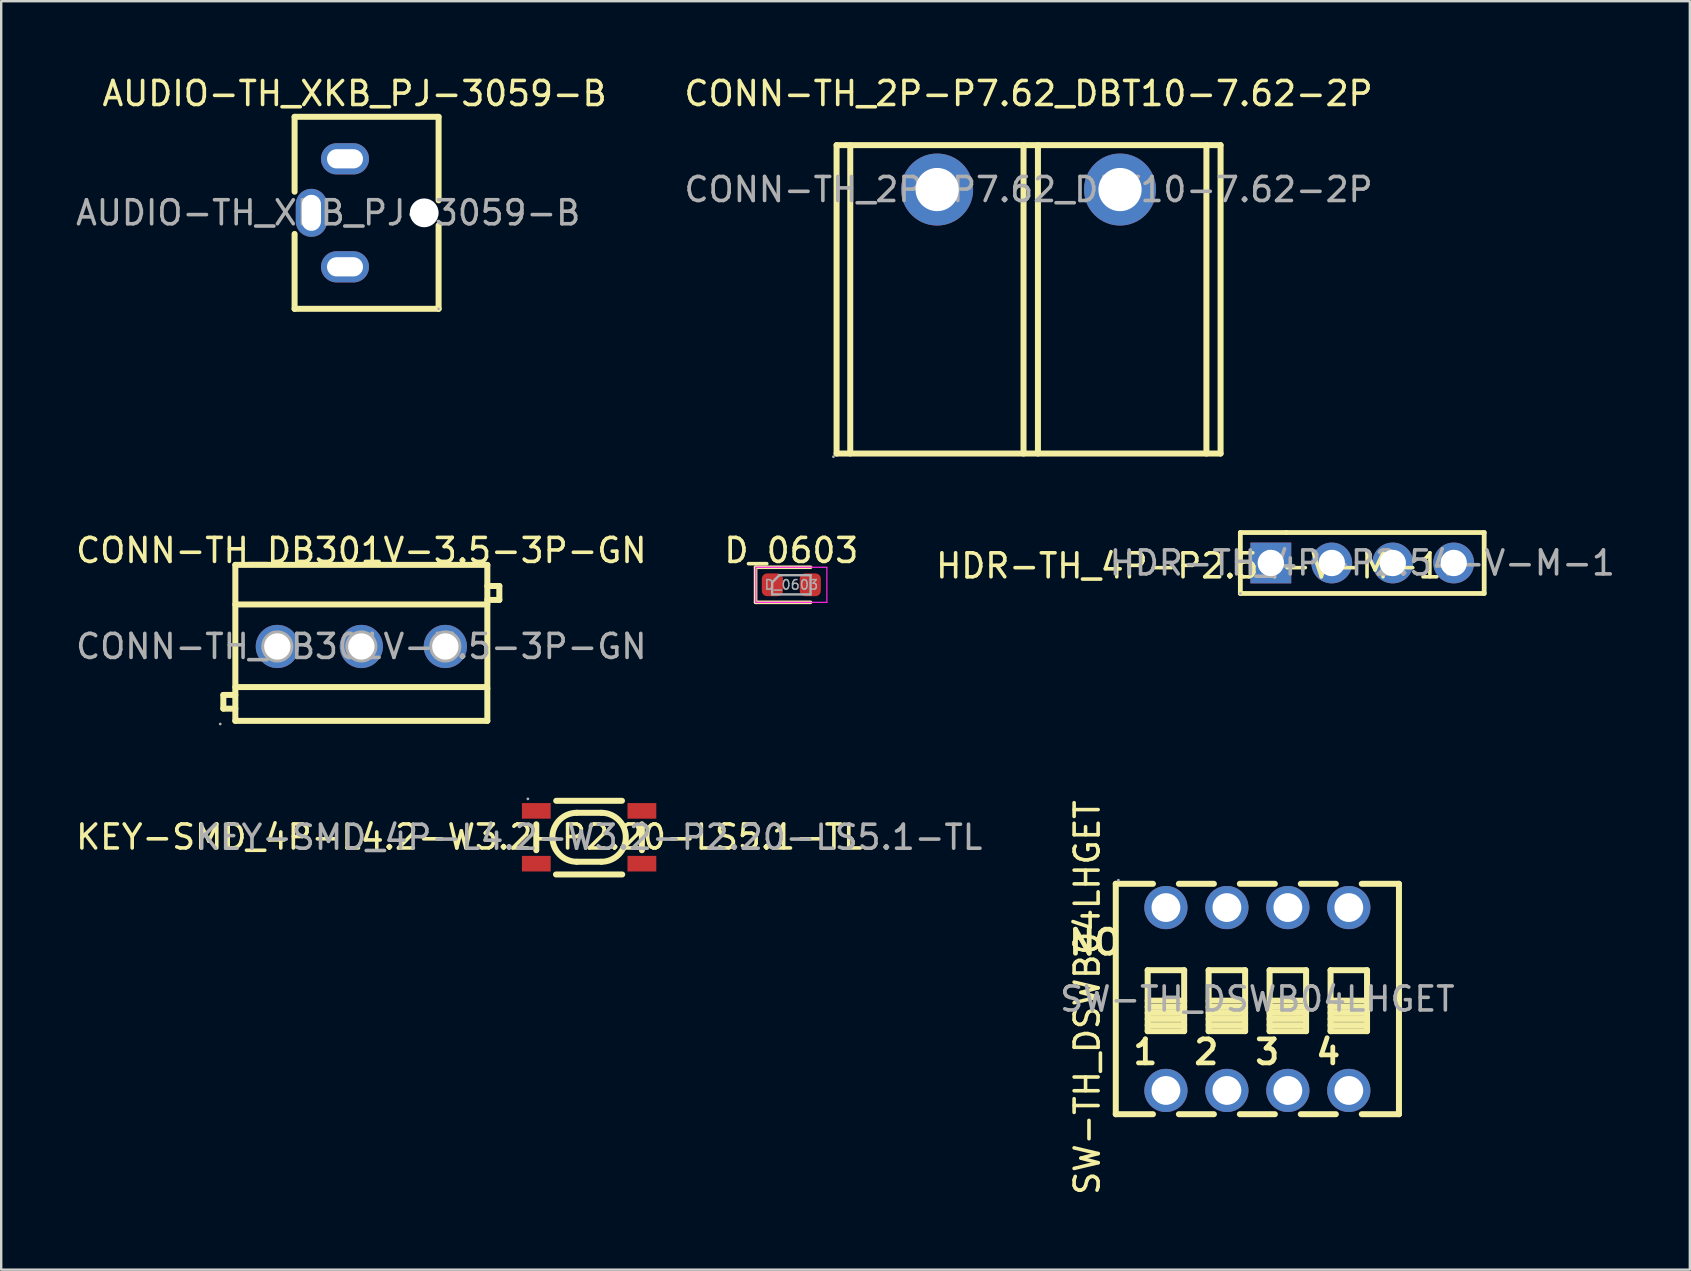
<source format=kicad_pcb>
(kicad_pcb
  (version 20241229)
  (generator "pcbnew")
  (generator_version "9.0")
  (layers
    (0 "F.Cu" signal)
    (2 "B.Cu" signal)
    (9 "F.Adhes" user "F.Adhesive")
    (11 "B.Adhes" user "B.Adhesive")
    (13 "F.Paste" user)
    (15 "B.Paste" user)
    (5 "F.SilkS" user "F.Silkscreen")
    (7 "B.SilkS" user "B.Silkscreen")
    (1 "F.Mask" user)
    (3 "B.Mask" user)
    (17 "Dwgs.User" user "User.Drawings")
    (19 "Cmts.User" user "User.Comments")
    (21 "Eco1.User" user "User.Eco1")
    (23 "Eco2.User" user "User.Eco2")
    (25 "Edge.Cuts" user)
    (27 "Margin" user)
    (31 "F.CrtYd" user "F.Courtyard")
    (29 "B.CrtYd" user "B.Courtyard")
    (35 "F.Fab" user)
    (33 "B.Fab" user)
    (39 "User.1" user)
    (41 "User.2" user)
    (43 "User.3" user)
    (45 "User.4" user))
  (footprint "HDR-TH_4P-P2.54-V-M-1"
    (layer "F.Cu")
    (at 53.712 20.408)
    (property "Reference" "HDR-TH_4P-P2.54-V-M-1" (at -7.23 0.12 0) (layer "F.SilkS") (effects (font (size 1 1) (thickness 0.15))))
    (attr through_hole)
    (fp_line (start -5.08 -1.27) (end -3.17 -1.27) (stroke (width 0.2) (type solid)) (layer "F.SilkS"))
    (fp_line (start -5.08 1.27) (end -5.08 -1.27) (stroke (width 0.2) (type solid)) (layer "F.SilkS"))
    (fp_line (start 5.08 -1.27) (end -3.17 -1.27) (stroke (width 0.2) (type solid)) (layer "F.SilkS"))
    (fp_line (start 5.08 -1.27) (end 5.08 1.27) (stroke (width 0.2) (type solid)) (layer "F.SilkS"))
    (fp_line (start 5.08 1.27) (end -5.08 1.27) (stroke (width 0.2) (type solid)) (layer "F.SilkS"))
    (fp_circle (center -5.08 1.27) (end -5.05 1.27) (stroke (width 0.06) (type solid)) (fill no) (layer "F.Fab"))
    (fp_text user "${REFERENCE}" (at 0 0 0) (layer "F.Fab") (effects (font (size 1 1) (thickness 0.15))))
    (pad "1" thru_hole rect (at -3.81 0) (size 1.7 1.7) (drill 1.1) (layers "*.Cu" "*.Mask"))
    (pad "2" thru_hole circle (at -1.27 0) (size 1.7 1.7) (drill 1.1) (layers "*.Cu" "*.Mask"))
    (pad "3" thru_hole circle (at 1.27 0) (size 1.7 1.7) (drill 1.1) (layers "*.Cu" "*.Mask"))
    (pad "4" thru_hole circle (at 3.81 0) (size 1.7 1.7) (drill 1.1) (layers "*.Cu" "*.Mask")))
  (footprint "SW-TH_DSWB04LHGET"
    (layer "F.Cu")
    (at 49.341 38.576)
    (property "Reference" "SW-TH_DSWB04LHGET" (at -7.09 -0.06 270) (layer "F.SilkS") (effects (font (size 1 1) (thickness 0.15))))
    (attr through_hole)
    (fp_line (start -5.9 -4.8) (end -4.35 -4.8) (stroke (width 0.25) (type solid)) (layer "F.SilkS"))
    (fp_line (start -5.9 4.8) (end -5.9 -4.8) (stroke (width 0.25) (type solid)) (layer "F.SilkS"))
    (fp_line (start -5.9 4.8) (end -4.35 4.8) (stroke (width 0.25) (type solid)) (layer "F.SilkS"))
    (fp_line (start -4.57 -1.2) (end -3.05 -1.2) (stroke (width 0.25) (type solid)) (layer "F.SilkS"))
    (fp_line (start -4.57 0.07) (end -3.05 0.07) (stroke (width 0.25) (type solid)) (layer "F.SilkS"))
    (fp_line (start -4.57 0.33) (end -3.05 0.33) (stroke (width 0.25) (type solid)) (layer "F.SilkS"))
    (fp_line (start -4.57 0.58) (end -3.05 0.58) (stroke (width 0.25) (type solid)) (layer "F.SilkS"))
    (fp_line (start -4.57 0.83) (end -3.05 0.83) (stroke (width 0.25) (type solid)) (layer "F.SilkS"))
    (fp_line (start -4.57 1.09) (end -3.05 1.09) (stroke (width 0.25) (type solid)) (layer "F.SilkS"))
    (fp_line (start -4.57 1.34) (end -4.57 -1.2) (stroke (width 0.25) (type solid)) (layer "F.SilkS"))
    (fp_line (start -3.27 -4.8) (end -1.81 -4.8) (stroke (width 0.25) (type solid)) (layer "F.SilkS"))
    (fp_line (start -3.27 4.8) (end -1.81 4.8) (stroke (width 0.25) (type solid)) (layer "F.SilkS"))
    (fp_line (start -3.05 -1.2) (end -3.05 1.34) (stroke (width 0.25) (type solid)) (layer "F.SilkS"))
    (fp_line (start -3.05 1.34) (end -4.57 1.34) (stroke (width 0.25) (type solid)) (layer "F.SilkS"))
    (fp_line (start -2.03 -1.2) (end -0.51 -1.2) (stroke (width 0.25) (type solid)) (layer "F.SilkS"))
    (fp_line (start -2.03 0.07) (end -0.51 0.07) (stroke (width 0.25) (type solid)) (layer "F.SilkS"))
    (fp_line (start -2.03 0.33) (end -0.51 0.33) (stroke (width 0.25) (type solid)) (layer "F.SilkS"))
    (fp_line (start -2.03 0.58) (end -0.51 0.58) (stroke (width 0.25) (type solid)) (layer "F.SilkS"))
    (fp_line (start -2.03 0.83) (end -0.51 0.83) (stroke (width 0.25) (type solid)) (layer "F.SilkS"))
    (fp_line (start -2.03 1.09) (end -0.51 1.09) (stroke (width 0.25) (type solid)) (layer "F.SilkS"))
    (fp_line (start -2.03 1.34) (end -2.03 -1.2) (stroke (width 0.25) (type solid)) (layer "F.SilkS"))
    (fp_line (start -0.73 -4.8) (end 0.73 -4.8) (stroke (width 0.25) (type solid)) (layer "F.SilkS"))
    (fp_line (start -0.73 4.8) (end 0.73 4.8) (stroke (width 0.25) (type solid)) (layer "F.SilkS"))
    (fp_line (start -0.51 -1.2) (end -0.51 1.34) (stroke (width 0.25) (type solid)) (layer "F.SilkS"))
    (fp_line (start -0.51 1.34) (end -2.03 1.34) (stroke (width 0.25) (type solid)) (layer "F.SilkS"))
    (fp_line (start 0.51 -1.2) (end 2.03 -1.2) (stroke (width 0.25) (type solid)) (layer "F.SilkS"))
    (fp_line (start 0.51 0.07) (end 2.03 0.07) (stroke (width 0.25) (type solid)) (layer "F.SilkS"))
    (fp_line (start 0.51 0.33) (end 2.03 0.33) (stroke (width 0.25) (type solid)) (layer "F.SilkS"))
    (fp_line (start 0.51 0.58) (end 2.03 0.58) (stroke (width 0.25) (type solid)) (layer "F.SilkS"))
    (fp_line (start 0.51 0.83) (end 2.03 0.83) (stroke (width 0.25) (type solid)) (layer "F.SilkS"))
    (fp_line (start 0.51 1.09) (end 2.03 1.09) (stroke (width 0.25) (type solid)) (layer "F.SilkS"))
    (fp_line (start 0.51 1.34) (end 0.51 -1.2) (stroke (width 0.25) (type solid)) (layer "F.SilkS"))
    (fp_line (start 1.81 -4.8) (end 3.27 -4.8) (stroke (width 0.25) (type solid)) (layer "F.SilkS"))
    (fp_line (start 1.81 4.8) (end 3.27 4.8) (stroke (width 0.25) (type solid)) (layer "F.SilkS"))
    (fp_line (start 2.03 -1.2) (end 2.03 1.34) (stroke (width 0.25) (type solid)) (layer "F.SilkS"))
    (fp_line (start 2.03 1.34) (end 0.51 1.34) (stroke (width 0.25) (type solid)) (layer "F.SilkS"))
    (fp_line (start 3.05 -1.2) (end 4.57 -1.2) (stroke (width 0.25) (type solid)) (layer "F.SilkS"))
    (fp_line (start 3.05 0.07) (end 4.57 0.07) (stroke (width 0.25) (type solid)) (layer "F.SilkS"))
    (fp_line (start 3.05 0.33) (end 4.57 0.33) (stroke (width 0.25) (type solid)) (layer "F.SilkS"))
    (fp_line (start 3.05 0.58) (end 4.57 0.58) (stroke (width 0.25) (type solid)) (layer "F.SilkS"))
    (fp_line (start 3.05 0.83) (end 4.57 0.83) (stroke (width 0.25) (type solid)) (layer "F.SilkS"))
    (fp_line (start 3.05 1.09) (end 4.57 1.09) (stroke (width 0.25) (type solid)) (layer "F.SilkS"))
    (fp_line (start 3.05 1.34) (end 3.05 -1.2) (stroke (width 0.25) (type solid)) (layer "F.SilkS"))
    (fp_line (start 4.35 -4.8) (end 5.9 -4.8) (stroke (width 0.25) (type solid)) (layer "F.SilkS"))
    (fp_line (start 4.35 4.8) (end 5.9 4.8) (stroke (width 0.25) (type solid)) (layer "F.SilkS"))
    (fp_line (start 4.57 -1.2) (end 4.57 1.34) (stroke (width 0.25) (type solid)) (layer "F.SilkS"))
    (fp_line (start 4.57 1.34) (end 3.05 1.34) (stroke (width 0.25) (type solid)) (layer "F.SilkS"))
    (fp_line (start 5.9 -4.8) (end 5.9 4.8) (stroke (width 0.25) (type solid)) (layer "F.SilkS"))
    (fp_circle (center -5.79 -4.95) (end -5.76 -4.95) (stroke (width 0.06) (type solid)) (fill no) (layer "F.Fab"))
    (fp_text user "3" (at 1.02 2.21 180) (layer "F.SilkS") (effects (font (size 1 1) (thickness 0.2)) (justify right)))
    (fp_text user "1" (at -4.06 2.21 180) (layer "F.SilkS") (effects (font (size 1 1) (thickness 0.2)) (justify right)))
    (fp_text user "2" (at -1.52 2.21 180) (layer "F.SilkS") (effects (font (size 1 1) (thickness 0.2)) (justify right)))
    (fp_text user "4" (at 3.56 2.21 180) (layer "F.SilkS") (effects (font (size 1 1) (thickness 0.2)) (justify right)))
    (fp_text user "NO" (at -5.59 -2.36 180) (layer "F.SilkS") (effects (font (size 1 1) (thickness 0.2)) (justify right)))
    (fp_text user "${REFERENCE}" (at 0 0 180) (layer "F.Fab") (effects (font (size 1 1) (thickness 0.15))))
    (pad "1" thru_hole circle (at -3.81 -3.81) (size 1.8 1.8) (drill 1.2) (layers "*.Cu" "*.Mask"))
    (pad "2" thru_hole circle (at -1.27 -3.81) (size 1.8 1.8) (drill 1.2) (layers "*.Cu" "*.Mask"))
    (pad "3" thru_hole circle (at 1.27 -3.81) (size 1.8 1.8) (drill 1.2) (layers "*.Cu" "*.Mask"))
    (pad "4" thru_hole circle (at 3.81 -3.81) (size 1.8 1.8) (drill 1.2) (layers "*.Cu" "*.Mask"))
    (pad "5" thru_hole circle (at -3.81 3.81) (size 1.8 1.8) (drill 1.2) (layers "*.Cu" "*.Mask"))
    (pad "6" thru_hole circle (at -1.27 3.81) (size 1.8 1.8) (drill 1.2) (layers "*.Cu" "*.Mask"))
    (pad "7" thru_hole circle (at 1.27 3.81) (size 1.8 1.8) (drill 1.2) (layers "*.Cu" "*.Mask"))
    (pad "8" thru_hole circle (at 3.81 3.81) (size 1.8 1.8) (drill 1.2) (layers "*.Cu" "*.Mask")))
  (footprint "CONN-TH_2P-P7.62_DBT10-7.62-2P"
    (layer "F.Cu")
    (at 39.808 4.848)
    (property "Reference" "CONN-TH_2P-P7.62_DBT10-7.62-2P" (at 0 -4 0) (layer "F.SilkS") (effects (font (size 1 1) (thickness 0.15))))
    (attr through_hole)
    (fp_line (start -8 -1.85) (end -8 11) (stroke (width 0.25) (type solid)) (layer "F.SilkS"))
    (fp_line (start -8 -1.85) (end 8 -1.85) (stroke (width 0.25) (type solid)) (layer "F.SilkS"))
    (fp_line (start -8 11) (end 8 11) (stroke (width 0.25) (type solid)) (layer "F.SilkS"))
    (fp_line (start -7.43 -1.85) (end -7.43 11) (stroke (width 0.25) (type solid)) (layer "F.SilkS"))
    (fp_line (start -0.21 -1.85) (end -0.21 11) (stroke (width 0.25) (type solid)) (layer "F.SilkS"))
    (fp_line (start 0.39 -1.85) (end 0.39 11) (stroke (width 0.25) (type solid)) (layer "F.SilkS"))
    (fp_line (start 7.41 -1.85) (end 7.41 11) (stroke (width 0.25) (type solid)) (layer "F.SilkS"))
    (fp_line (start 8 -1.85) (end 8 11) (stroke (width 0.25) (type solid)) (layer "F.SilkS"))
    (fp_circle (center -8.13 11.13) (end -8.1 11.13) (stroke (width 0.06) (type solid)) (fill no) (layer "F.Fab"))
    (fp_circle (center -3.81 0) (end -3.41 0) (stroke (width 0.8) (type solid)) (fill no) (layer "F.Fab"))
    (fp_circle (center 3.81 0) (end 4.21 0) (stroke (width 0.8) (type solid)) (fill no) (layer "F.Fab"))
    (fp_text user "${REFERENCE}" (at 0 0 0) (layer "F.Fab") (effects (font (size 1 1) (thickness 0.15))))
    (pad "1" thru_hole circle (at -3.81 0) (size 3 3) (drill 1.8) (layers "*.Cu" "*.Mask"))
    (pad "2" thru_hole circle (at 3.81 0) (size 3 3) (drill 1.8) (layers "*.Cu" "*.Mask")))
  (footprint "D_0603"
    (layer "F.Cu")
    (at 29.923 21.317)
    (property "Reference" "D_0603" (at 0 -1.43 180) (layer "F.SilkS") (effects (font (size 1 1) (thickness 0.15))))
    (attr smd)
    (fp_line (start -1.49 -0.73) (end -1.49 0.73) (stroke (width 0.15) (type solid)) (layer "F.SilkS"))
    (fp_line (start -1.49 0.73) (end 0.8 0.73) (stroke (width 0.15) (type solid)) (layer "F.SilkS"))
    (fp_line (start 0.8 -0.73) (end -1.49 -0.73) (stroke (width 0.15) (type solid)) (layer "F.SilkS"))
    (fp_line (start -1.48 -0.73) (end 1.48 -0.73) (stroke (width 0.05) (type solid)) (layer "F.CrtYd"))
    (fp_line (start -1.48 0.73) (end -1.48 -0.73) (stroke (width 0.05) (type solid)) (layer "F.CrtYd"))
    (fp_line (start 1.48 -0.73) (end 1.48 0.73) (stroke (width 0.05) (type solid)) (layer "F.CrtYd"))
    (fp_line (start 1.48 0.73) (end -1.48 0.73) (stroke (width 0.05) (type solid)) (layer "F.CrtYd"))
    (fp_line (start -0.8 -0.1) (end -0.8 0.4) (stroke (width 0.1) (type solid)) (layer "F.Fab"))
    (fp_line (start -0.8 0.4) (end 0.8 0.4) (stroke (width 0.1) (type solid)) (layer "F.Fab"))
    (fp_line (start -0.5 -0.4) (end -0.8 -0.1) (stroke (width 0.1) (type solid)) (layer "F.Fab"))
    (fp_line (start 0.8 -0.4) (end -0.5 -0.4) (stroke (width 0.1) (type solid)) (layer "F.Fab"))
    (fp_line (start 0.8 0.4) (end 0.8 -0.4) (stroke (width 0.1) (type solid)) (layer "F.Fab"))
    (fp_text user "${REFERENCE}" (at 0 0 180) (layer "F.Fab") (effects (font (size 0.4 0.4) (thickness 0.06))))
    (pad "1" smd roundrect (at -0.79 0) (size 0.88 0.95) (layers "F.Cu" "F.Mask" "F.Paste") (roundrect_rratio 0.25))
    (pad "2" smd roundrect (at 0.79 0) (size 0.88 0.95) (layers "F.Cu" "F.Mask" "F.Paste") (roundrect_rratio 0.25)))
  (footprint "KEY-SMD_4P-L4.2-W3.2-P2.20-LS5.1-TL"
    (layer "F.Cu")
    (at 21.496 31.837)
    (property "Reference" "KEY-SMD_4P-L4.2-W3.2-P2.20-LS5.1-TL" (at -4.99 -0.01 0) (layer "F.SilkS") (effects (font (size 1 1) (thickness 0.15))))
    (attr smd)
    (fp_line (start -2.2 -0.54) (end -2.2 0.54) (stroke (width 0.25) (type solid)) (layer "F.SilkS"))
    (fp_line (start -1.38 1.55) (end 1.38 1.55) (stroke (width 0.25) (type solid)) (layer "F.SilkS"))
    (fp_line (start -0.51 -1.02) (end 0.51 -1.02) (stroke (width 0.25) (type solid)) (layer "F.SilkS"))
    (fp_line (start -0.51 1.02) (end 0.51 1.02) (stroke (width 0.25) (type solid)) (layer "F.SilkS"))
    (fp_line (start 1.37 -1.52) (end -1.37 -1.52) (stroke (width 0.25) (type solid)) (layer "F.SilkS"))
    (fp_line (start 2.2 -0.54) (end 2.2 0.54) (stroke (width 0.25) (type solid)) (layer "F.SilkS"))
    (fp_arc (start -0.51 1.02) (mid -1.53 0) (end -0.51 -1.02) (stroke (width 0.25) (type solid)) (layer "F.SilkS"))
    (fp_arc (start 0.51 -1.02) (mid 1.53 0) (end 0.51 1.02) (stroke (width 0.25) (type solid)) (layer "F.SilkS"))
    (fp_circle (center -2.55 -1.6) (end -2.52 -1.6) (stroke (width 0.06) (type solid)) (fill no) (layer "F.Fab"))
    (fp_text user "${REFERENCE}" (at 0 0 0) (layer "F.Fab") (effects (font (size 1 1) (thickness 0.15))))
    (pad "1" smd rect (at -2.2 -1.1) (size 1.2 0.65) (layers "F.Cu" "F.Mask" "F.Paste"))
    (pad "2" smd rect (at 2.2 -1.1) (size 1.2 0.65) (layers "F.Cu" "F.Mask" "F.Paste"))
    (pad "3" smd rect (at -2.2 1.1) (size 1.2 0.65) (layers "F.Cu" "F.Mask" "F.Paste"))
    (pad "4" smd rect (at 2.2 1.1) (size 1.2 0.65) (layers "F.Cu" "F.Mask" "F.Paste")))
  (footprint "AUDIO-TH_XKB_PJ-3059-B"
    (layer "F.Cu")
    (at 10.625 5.818)
    (property "Reference" "AUDIO-TH_XKB_PJ-3059-B" (at 1.1 -4.97 0) (layer "F.SilkS") (effects (font (size 1 1) (thickness 0.15))))
    (attr through_hole)
    (fp_line (start -1.4 -4) (end 4.6 -4) (stroke (width 0.25) (type solid)) (layer "F.SilkS"))
    (fp_line (start -1.4 -0.88) (end -1.4 -4) (stroke (width 0.25) (type solid)) (layer "F.SilkS"))
    (fp_line (start -1.4 4) (end -1.4 0.88) (stroke (width 0.25) (type solid)) (layer "F.SilkS"))
    (fp_line (start 4.6 -4) (end 4.6 -0.52) (stroke (width 0.25) (type solid)) (layer "F.SilkS"))
    (fp_line (start 4.6 0.52) (end 4.6 4) (stroke (width 0.25) (type solid)) (layer "F.SilkS"))
    (fp_line (start 4.6 4) (end -1.4 4) (stroke (width 0.25) (type solid)) (layer "F.SilkS"))
    (fp_circle (center 4 0) (end 4.25 0) (stroke (width 0.5) (type solid)) (fill no) (layer "Cmts.User"))
    (fp_circle (center 4.6 4) (end 4.63 4) (stroke (width 0.06) (type solid)) (fill no) (layer "F.Fab"))
    (fp_text user "${REFERENCE}" (at 0 0 0) (layer "F.Fab") (effects (font (size 1 1) (thickness 0.15))))
    (pad "" np_thru_hole circle (at 4 0) (size 1.2 1.2) (drill 1.2) (layers "*.Cu" "*.Mask"))
    (pad "2" thru_hole oval (at 0.7 2.25 90) (size 1.3 2) (drill oval 0.8 1.5) (layers "*.Cu" "*.Mask"))
    (pad "3" thru_hole oval (at 0.7 -2.25 90) (size 1.3 2) (drill oval 0.8 1.5) (layers "*.Cu" "*.Mask"))
    (pad "4" thru_hole oval (at -0.7 0 180) (size 1.3 2) (drill oval 0.8 1.5) (layers "*.Cu" "*.Mask")))
  (footprint "CONN-TH_DB301V-3.5-3P-GN"
    (layer "F.Cu")
    (at 12.006 23.887)
    (property "Reference" "CONN-TH_DB301V-3.5-3P-GN" (at 0 -4 0) (layer "F.SilkS") (effects (font (size 1 1) (thickness 0.15))))
    (attr through_hole)
    (fp_line (start -5.75 2.02) (end -5.25 2.02) (stroke (width 0.25) (type solid)) (layer "F.SilkS"))
    (fp_line (start -5.75 2.59) (end -5.75 2.02) (stroke (width 0.25) (type solid)) (layer "F.SilkS"))
    (fp_line (start -5.25 -3.4) (end -5.25 3.1) (stroke (width 0.25) (type solid)) (layer "F.SilkS"))
    (fp_line (start -5.25 -3.4) (end 5.25 -3.4) (stroke (width 0.25) (type solid)) (layer "F.SilkS"))
    (fp_line (start -5.25 -1.75) (end 5.25 -1.75) (stroke (width 0.25) (type solid)) (layer "F.SilkS"))
    (fp_line (start -5.25 1.69) (end 5.19 1.69) (stroke (width 0.25) (type solid)) (layer "F.SilkS"))
    (fp_line (start -5.25 2.59) (end -5.75 2.59) (stroke (width 0.25) (type solid)) (layer "F.SilkS"))
    (fp_line (start -5.25 3.1) (end 5.25 3.1) (stroke (width 0.25) (type solid)) (layer "F.SilkS"))
    (fp_line (start 5.19 1.69) (end 5.25 1.75) (stroke (width 0.25) (type solid)) (layer "F.SilkS"))
    (fp_line (start 5.25 -3.4) (end 5.25 3.1) (stroke (width 0.25) (type solid)) (layer "F.SilkS"))
    (fp_line (start 5.25 -2.52) (end 5.75 -2.52) (stroke (width 0.25) (type solid)) (layer "F.SilkS"))
    (fp_line (start 5.75 -2.52) (end 5.75 -1.94) (stroke (width 0.25) (type solid)) (layer "F.SilkS"))
    (fp_line (start 5.75 -1.94) (end 5.25 -1.94) (stroke (width 0.25) (type solid)) (layer "F.SilkS"))
    (fp_circle (center -5.88 3.23) (end -5.85 3.23) (stroke (width 0.06) (type solid)) (fill no) (layer "F.Fab"))
    (fp_circle (center -3.5 0) (end -3.28 0) (stroke (width 0.45) (type solid)) (fill no) (layer "F.Fab"))
    (fp_circle (center 0 0) (end 0.22 0) (stroke (width 0.45) (type solid)) (fill no) (layer "F.Fab"))
    (fp_circle (center 3.5 0) (end 3.72 0) (stroke (width 0.45) (type solid)) (fill no) (layer "F.Fab"))
    (fp_text user "${REFERENCE}" (at 0 0 0) (layer "F.Fab") (effects (font (size 1 1) (thickness 0.15))))
    (pad "1" thru_hole circle (at -3.5 0) (size 1.8 1.8) (drill 1.1) (layers "*.Cu" "*.Mask"))
    (pad "2" thru_hole circle (at 0 0) (size 1.8 1.8) (drill 1.1) (layers "*.Cu" "*.Mask"))
    (pad "3" thru_hole circle (at 3.5 0) (size 1.8 1.8) (drill 1.1) (layers "*.Cu" "*.Mask")))
  (gr_rect
    (start -3 -3)
    (end 67.361 49.855)
    (stroke (width 0.1) (type default))
    (fill no)
    (layer "Edge.Cuts")))
</source>
